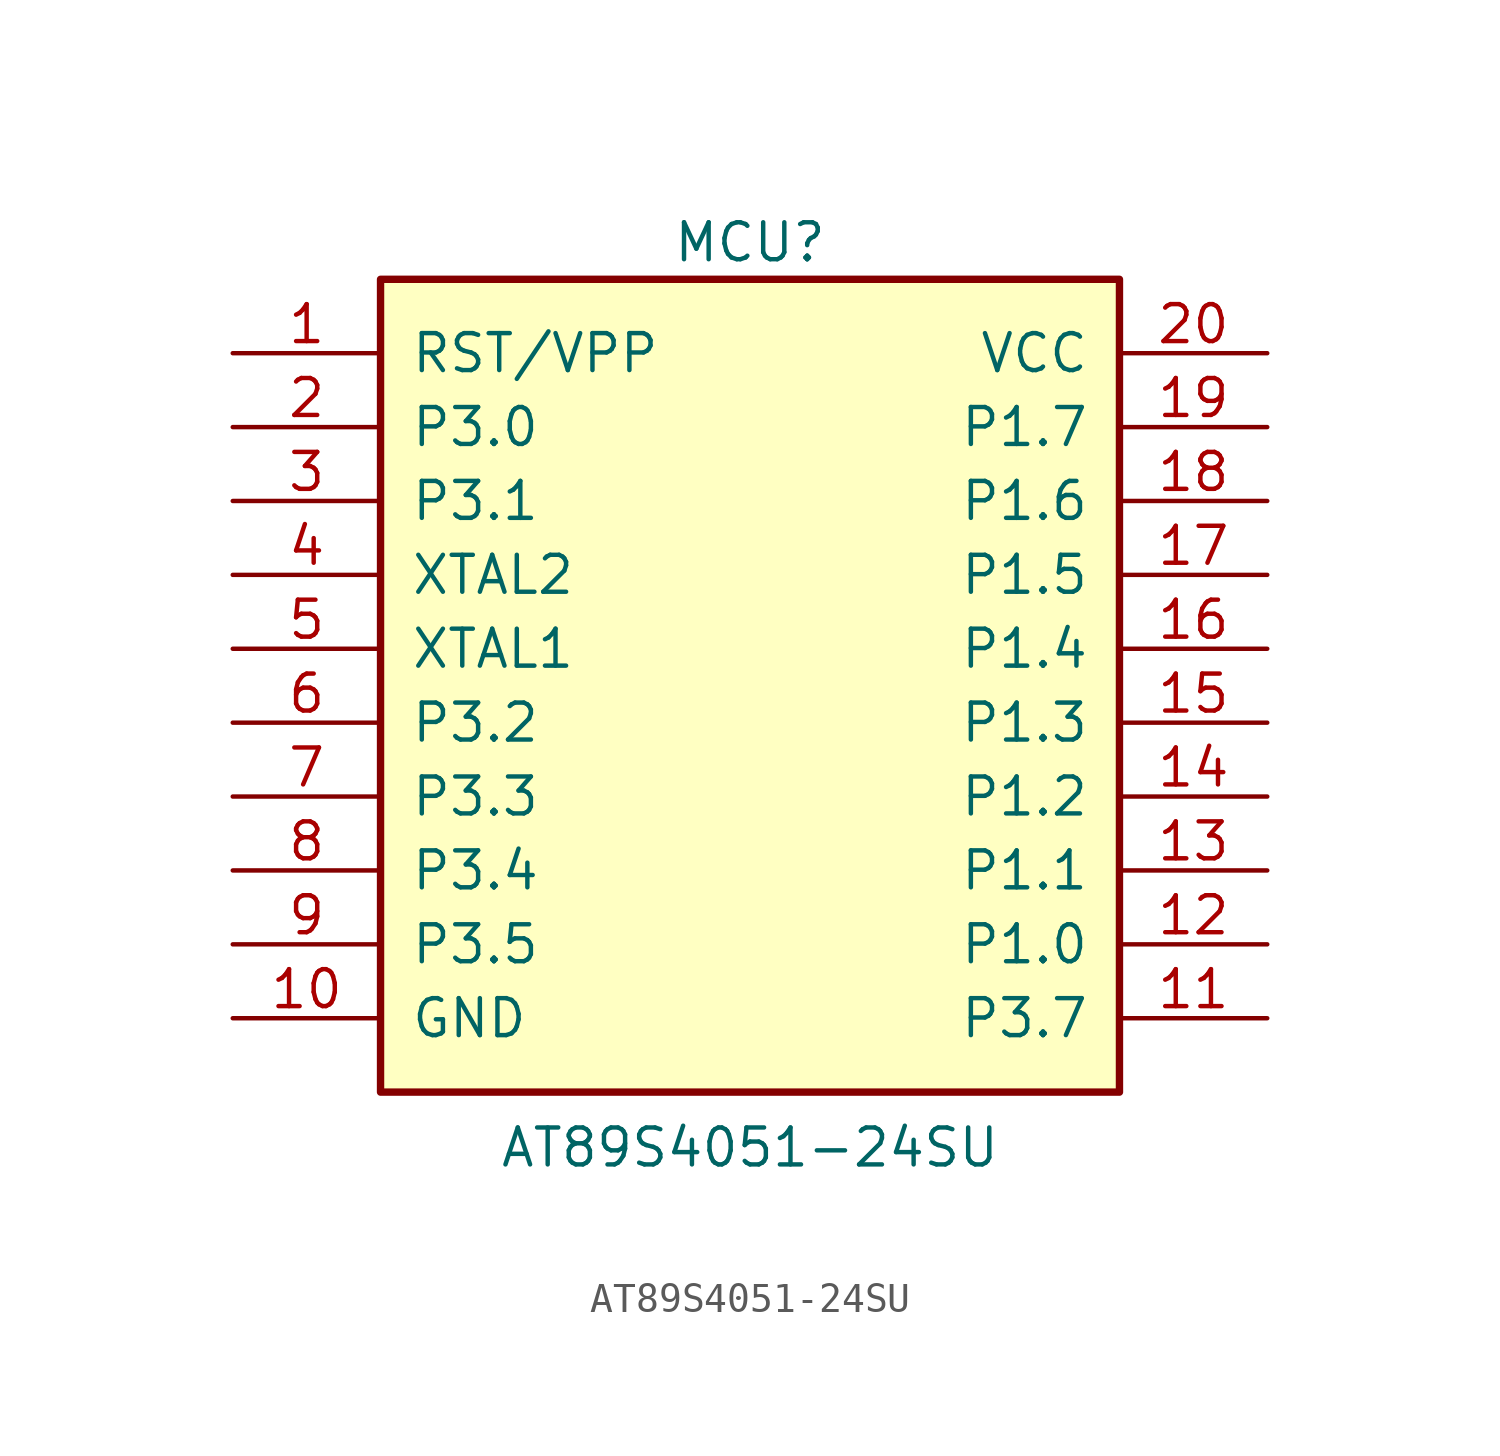
<source format=kicad_sym>
(kicad_symbol_lib
  (version 20231120)
  (generator "kicad_symbol_editor")
  (generator_version "8.0")
  (symbol "AT89S4051-24SU"
    (pin_names
      (offset 1.016))
    (property "Reference" "MCU"
      (at 0 15.24 0)
      (effects (font (size 1.27 1.27))))
    (property "Value" "AT89S4051-24SU"
      (at 0 -15.875 0)
      (effects (font (size 1.27 1.27))))
    (symbol "AT89S4051-24SU_0_1"
      (rectangle (start -12.7 13.97) (end 12.7 -13.97) (stroke (width 0.254) (type default)) (fill (type background))))
    (symbol "AT89S4051-24SU_1_1"
      (pin bidirectional line (at -17.78 11.43 0) (length 5.08) (name "RST/VPP" (effects (font (size 1.27 1.27)))) (number "1" (effects (font (size 1.27 1.27)))))
      (pin power_in line (at -17.78 -11.43 0) (length 5.08) (name "GND" (effects (font (size 1.27 1.27)))) (number "10" (effects (font (size 1.27 1.27)))))
      (pin bidirectional line (at 17.78 -11.43 180) (length 5.08) (name "P3.7" (effects (font (size 1.27 1.27)))) (number "11" (effects (font (size 1.27 1.27)))))
      (pin bidirectional line (at 17.78 -8.89 180) (length 5.08) (name "P1.0" (effects (font (size 1.27 1.27)))) (number "12" (effects (font (size 1.27 1.27)))) (alternate "AIN0" bidirectional line))
      (pin bidirectional line (at 17.78 -6.35 180) (length 5.08) (name "P1.1" (effects (font (size 1.27 1.27)))) (number "13" (effects (font (size 1.27 1.27)))) (alternate "AIN1" bidirectional line))
      (pin bidirectional line (at 17.78 -3.81 180) (length 5.08) (name "P1.2" (effects (font (size 1.27 1.27)))) (number "14" (effects (font (size 1.27 1.27)))))
      (pin bidirectional line (at 17.78 -1.27 180) (length 5.08) (name "P1.3" (effects (font (size 1.27 1.27)))) (number "15" (effects (font (size 1.27 1.27)))))
      (pin bidirectional line (at 17.78 1.27 180) (length 5.08) (name "P1.4" (effects (font (size 1.27 1.27)))) (number "16" (effects (font (size 1.27 1.27)))))
      (pin bidirectional line (at 17.78 3.81 180) (length 5.08) (name "P1.5" (effects (font (size 1.27 1.27)))) (number "17" (effects (font (size 1.27 1.27)))) (alternate "MOSI" bidirectional line))
      (pin bidirectional line (at 17.78 6.35 180) (length 5.08) (name "P1.6" (effects (font (size 1.27 1.27)))) (number "18" (effects (font (size 1.27 1.27)))) (alternate "MISO" bidirectional line))
      (pin bidirectional line (at 17.78 8.89 180) (length 5.08) (name "P1.7" (effects (font (size 1.27 1.27)))) (number "19" (effects (font (size 1.27 1.27)))) (alternate "SCK" bidirectional line))
      (pin bidirectional line (at -17.78 8.89 0) (length 5.08) (name "P3.0" (effects (font (size 1.27 1.27)))) (number "2" (effects (font (size 1.27 1.27)))) (alternate "RXD" bidirectional line))
      (pin power_in line (at 17.78 11.43 180) (length 5.08) (name "VCC" (effects (font (size 1.27 1.27)))) (number "20" (effects (font (size 1.27 1.27)))))
      (pin bidirectional line (at -17.78 6.35 0) (length 5.08) (name "P3.1" (effects (font (size 1.27 1.27)))) (number "3" (effects (font (size 1.27 1.27)))) (alternate "TXD" bidirectional line))
      (pin bidirectional line (at -17.78 3.81 0) (length 5.08) (name "XTAL2" (effects (font (size 1.27 1.27)))) (number "4" (effects (font (size 1.27 1.27)))))
      (pin bidirectional line (at -17.78 1.27 0) (length 5.08) (name "XTAL1" (effects (font (size 1.27 1.27)))) (number "5" (effects (font (size 1.27 1.27)))))
      (pin bidirectional line (at -17.78 -1.27 0) (length 5.08) (name "P3.2" (effects (font (size 1.27 1.27)))) (number "6" (effects (font (size 1.27 1.27)))) (alternate "~{INT0}" bidirectional line))
      (pin bidirectional line (at -17.78 -3.81 0) (length 5.08) (name "P3.3" (effects (font (size 1.27 1.27)))) (number "7" (effects (font (size 1.27 1.27)))) (alternate "~{INT1}" bidirectional line))
      (pin bidirectional line (at -17.78 -6.35 0) (length 5.08) (name "P3.4" (effects (font (size 1.27 1.27)))) (number "8" (effects (font (size 1.27 1.27)))) (alternate "T0" bidirectional line))
      (pin bidirectional line (at -17.78 -8.89 0) (length 5.08) (name "P3.5" (effects (font (size 1.27 1.27)))) (number "9" (effects (font (size 1.27 1.27)))) (alternate "T1" bidirectional line)))))
</source>
